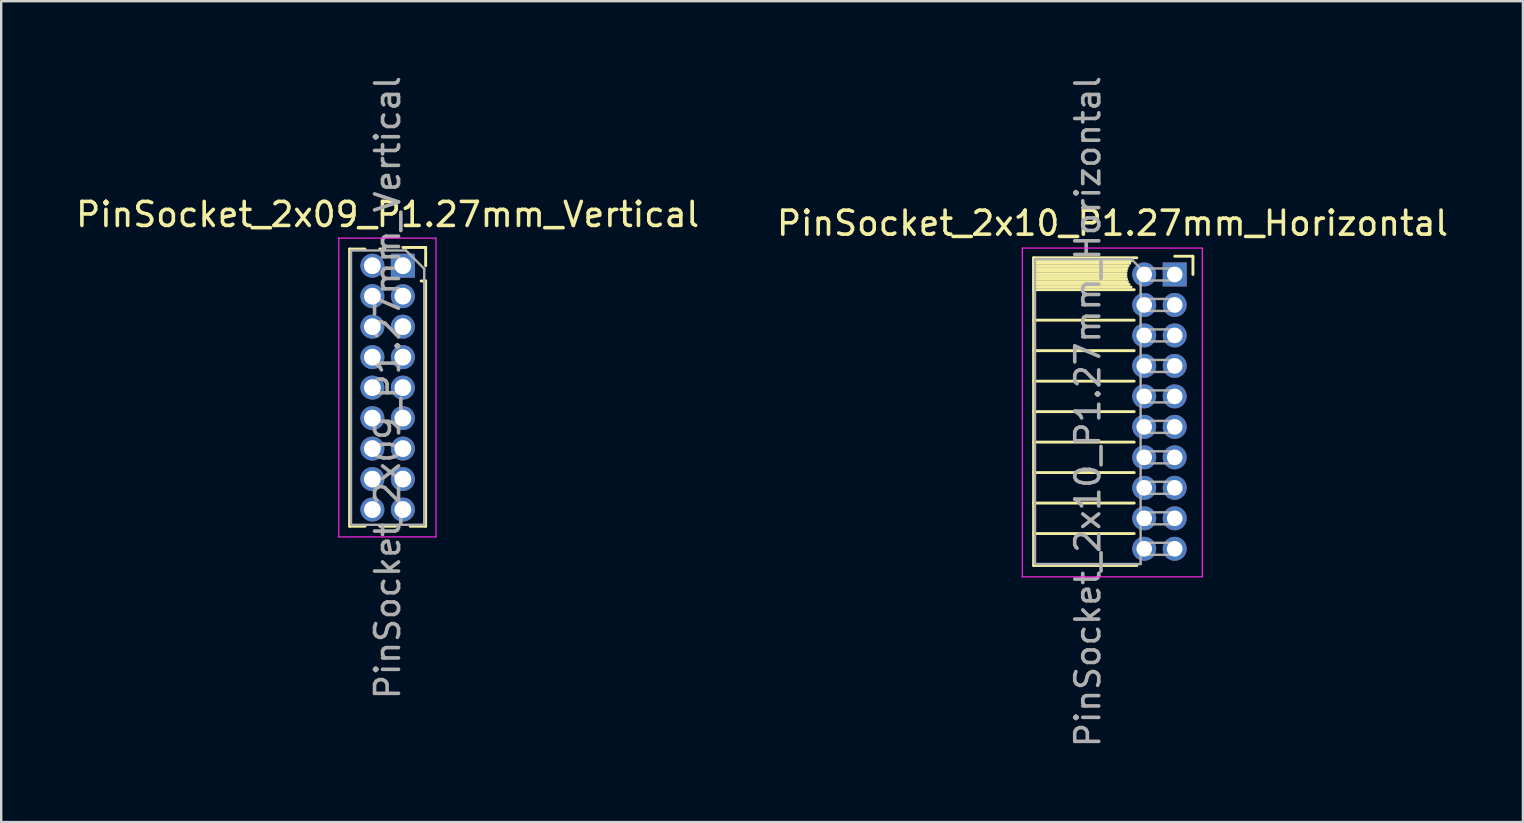
<source format=kicad_pcb>
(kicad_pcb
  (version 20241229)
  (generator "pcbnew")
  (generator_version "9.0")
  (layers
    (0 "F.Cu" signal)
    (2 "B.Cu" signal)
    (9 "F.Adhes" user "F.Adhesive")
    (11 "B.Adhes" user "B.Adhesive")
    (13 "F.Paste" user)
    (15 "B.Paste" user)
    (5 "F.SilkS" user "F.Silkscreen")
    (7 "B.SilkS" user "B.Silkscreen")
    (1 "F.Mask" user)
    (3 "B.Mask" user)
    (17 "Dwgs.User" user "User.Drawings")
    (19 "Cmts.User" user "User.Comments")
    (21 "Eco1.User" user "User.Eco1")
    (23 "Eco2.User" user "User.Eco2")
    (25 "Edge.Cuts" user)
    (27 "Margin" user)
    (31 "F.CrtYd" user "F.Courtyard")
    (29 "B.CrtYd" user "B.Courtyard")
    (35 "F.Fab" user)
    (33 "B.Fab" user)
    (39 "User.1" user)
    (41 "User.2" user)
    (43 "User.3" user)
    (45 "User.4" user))
  (footprint "PinSocket_2x10_P1.27mm_Horizontal"
    (layer "F.Cu")
    (at 45.896 8.386)
    (property "Reference" "PinSocket_2x10_P1.27mm_Horizontal" (at -2.592 -2.135 0) (layer "F.SilkS") (effects (font (size 1 1) (thickness 0.15))))
    (attr through_hole)
    (fp_line (start -5.88 -0.695) (end -5.88 12.125) (stroke (width 0.12) (type solid)) (layer "F.SilkS"))
    (fp_line (start -5.88 -0.695) (end -1.578 -0.695) (stroke (width 0.12) (type solid)) (layer "F.SilkS"))
    (fp_line (start -5.88 -0.575) (end -1.767 -0.575) (stroke (width 0.12) (type solid)) (layer "F.SilkS"))
    (fp_line (start -5.88 -0.465) (end -1.871 -0.465) (stroke (width 0.12) (type solid)) (layer "F.SilkS"))
    (fp_line (start -5.88 -0.355) (end -1.942 -0.355) (stroke (width 0.12) (type solid)) (layer "F.SilkS"))
    (fp_line (start -5.88 -0.245) (end -1.989 -0.245) (stroke (width 0.12) (type solid)) (layer "F.SilkS"))
    (fp_line (start -5.88 -0.135) (end -2.018 -0.135) (stroke (width 0.12) (type solid)) (layer "F.SilkS"))
    (fp_line (start -5.88 -0.025) (end -2.03 -0.025) (stroke (width 0.12) (type solid)) (layer "F.SilkS"))
    (fp_line (start -5.88 0.085) (end -2.025 0.085) (stroke (width 0.12) (type solid)) (layer "F.SilkS"))
    (fp_line (start -5.88 0.195) (end -2.005 0.195) (stroke (width 0.12) (type solid)) (layer "F.SilkS"))
    (fp_line (start -5.88 0.305) (end -1.966 0.305) (stroke (width 0.12) (type solid)) (layer "F.SilkS"))
    (fp_line (start -5.88 0.415) (end -1.907 0.415) (stroke (width 0.12) (type solid)) (layer "F.SilkS"))
    (fp_line (start -5.88 0.525) (end -1.82 0.525) (stroke (width 0.12) (type solid)) (layer "F.SilkS"))
    (fp_line (start -5.88 0.635) (end -1.688 0.635) (stroke (width 0.12) (type solid)) (layer "F.SilkS"))
    (fp_line (start -5.88 1.905) (end -1.688 1.905) (stroke (width 0.12) (type solid)) (layer "F.SilkS"))
    (fp_line (start -5.88 3.175) (end -1.688 3.175) (stroke (width 0.12) (type solid)) (layer "F.SilkS"))
    (fp_line (start -5.88 4.445) (end -1.688 4.445) (stroke (width 0.12) (type solid)) (layer "F.SilkS"))
    (fp_line (start -5.88 5.715) (end -1.688 5.715) (stroke (width 0.12) (type solid)) (layer "F.SilkS"))
    (fp_line (start -5.88 6.985) (end -1.688 6.985) (stroke (width 0.12) (type solid)) (layer "F.SilkS"))
    (fp_line (start -5.88 8.255) (end -1.688 8.255) (stroke (width 0.12) (type solid)) (layer "F.SilkS"))
    (fp_line (start -5.88 9.525) (end -1.688 9.525) (stroke (width 0.12) (type solid)) (layer "F.SilkS"))
    (fp_line (start -5.88 10.795) (end -1.688 10.795) (stroke (width 0.12) (type solid)) (layer "F.SilkS"))
    (fp_line (start -5.88 12.125) (end -1.578 12.125) (stroke (width 0.12) (type solid)) (layer "F.SilkS"))
    (fp_line (start 0 -0.76) (end 0.76 -0.76) (stroke (width 0.12) (type solid)) (layer "F.SilkS"))
    (fp_line (start 0.76 -0.76) (end 0.76 0) (stroke (width 0.12) (type solid)) (layer "F.SilkS"))
    (fp_line (start -6.35 -1.1) (end -6.35 12.6) (stroke (width 0.05) (type solid)) (layer "F.CrtYd"))
    (fp_line (start -6.35 12.6) (end 1.15 12.6) (stroke (width 0.05) (type solid)) (layer "F.CrtYd"))
    (fp_line (start 1.15 -1.1) (end -6.35 -1.1) (stroke (width 0.05) (type solid)) (layer "F.CrtYd"))
    (fp_line (start 1.15 12.6) (end 1.15 -1.1) (stroke (width 0.05) (type solid)) (layer "F.CrtYd"))
    (fp_line (start -5.82 -0.635) (end -1.805 -0.635) (stroke (width 0.1) (type solid)) (layer "F.Fab"))
    (fp_line (start -5.82 12.065) (end -5.82 -0.635) (stroke (width 0.1) (type solid)) (layer "F.Fab"))
    (fp_line (start -1.805 -0.635) (end -1.42 -0.25) (stroke (width 0.1) (type solid)) (layer "F.Fab"))
    (fp_line (start -1.42 -0.25) (end -1.42 12.065) (stroke (width 0.1) (type solid)) (layer "F.Fab"))
    (fp_line (start -1.42 0.25) (end 0 0.25) (stroke (width 0.1) (type solid)) (layer "F.Fab"))
    (fp_line (start -1.42 1.52) (end 0 1.52) (stroke (width 0.1) (type solid)) (layer "F.Fab"))
    (fp_line (start -1.42 2.79) (end 0 2.79) (stroke (width 0.1) (type solid)) (layer "F.Fab"))
    (fp_line (start -1.42 4.06) (end 0 4.06) (stroke (width 0.1) (type solid)) (layer "F.Fab"))
    (fp_line (start -1.42 5.33) (end 0 5.33) (stroke (width 0.1) (type solid)) (layer "F.Fab"))
    (fp_line (start -1.42 6.6) (end 0 6.6) (stroke (width 0.1) (type solid)) (layer "F.Fab"))
    (fp_line (start -1.42 7.87) (end 0 7.87) (stroke (width 0.1) (type solid)) (layer "F.Fab"))
    (fp_line (start -1.42 9.14) (end 0 9.14) (stroke (width 0.1) (type solid)) (layer "F.Fab"))
    (fp_line (start -1.42 10.41) (end 0 10.41) (stroke (width 0.1) (type solid)) (layer "F.Fab"))
    (fp_line (start -1.42 11.68) (end 0 11.68) (stroke (width 0.1) (type solid)) (layer "F.Fab"))
    (fp_line (start -1.42 12.065) (end -5.82 12.065) (stroke (width 0.1) (type solid)) (layer "F.Fab"))
    (fp_line (start 0 -0.25) (end -1.42 -0.25) (stroke (width 0.1) (type solid)) (layer "F.Fab"))
    (fp_line (start 0 0.25) (end 0 -0.25) (stroke (width 0.1) (type solid)) (layer "F.Fab"))
    (fp_line (start 0 1.02) (end -1.42 1.02) (stroke (width 0.1) (type solid)) (layer "F.Fab"))
    (fp_line (start 0 1.52) (end 0 1.02) (stroke (width 0.1) (type solid)) (layer "F.Fab"))
    (fp_line (start 0 2.29) (end -1.42 2.29) (stroke (width 0.1) (type solid)) (layer "F.Fab"))
    (fp_line (start 0 2.79) (end 0 2.29) (stroke (width 0.1) (type solid)) (layer "F.Fab"))
    (fp_line (start 0 3.56) (end -1.42 3.56) (stroke (width 0.1) (type solid)) (layer "F.Fab"))
    (fp_line (start 0 4.06) (end 0 3.56) (stroke (width 0.1) (type solid)) (layer "F.Fab"))
    (fp_line (start 0 4.83) (end -1.42 4.83) (stroke (width 0.1) (type solid)) (layer "F.Fab"))
    (fp_line (start 0 5.33) (end 0 4.83) (stroke (width 0.1) (type solid)) (layer "F.Fab"))
    (fp_line (start 0 6.1) (end -1.42 6.1) (stroke (width 0.1) (type solid)) (layer "F.Fab"))
    (fp_line (start 0 6.6) (end 0 6.1) (stroke (width 0.1) (type solid)) (layer "F.Fab"))
    (fp_line (start 0 7.37) (end -1.42 7.37) (stroke (width 0.1) (type solid)) (layer "F.Fab"))
    (fp_line (start 0 7.87) (end 0 7.37) (stroke (width 0.1) (type solid)) (layer "F.Fab"))
    (fp_line (start 0 8.64) (end -1.42 8.64) (stroke (width 0.1) (type solid)) (layer "F.Fab"))
    (fp_line (start 0 9.14) (end 0 8.64) (stroke (width 0.1) (type solid)) (layer "F.Fab"))
    (fp_line (start 0 9.91) (end -1.42 9.91) (stroke (width 0.1) (type solid)) (layer "F.Fab"))
    (fp_line (start 0 10.41) (end 0 9.91) (stroke (width 0.1) (type solid)) (layer "F.Fab"))
    (fp_line (start 0 11.18) (end -1.42 11.18) (stroke (width 0.1) (type solid)) (layer "F.Fab"))
    (fp_line (start 0 11.68) (end 0 11.18) (stroke (width 0.1) (type solid)) (layer "F.Fab"))
    (fp_text user "${REFERENCE}" (at -3.62 5.715 90) (layer "F.Fab") (effects (font (size 1 1) (thickness 0.15))))
    (pad "1" thru_hole rect (at 0 0) (size 1 1) (drill 0.65) (layers "*.Cu" "*.Mask"))
    (pad "2" thru_hole circle (at -1.27 0) (size 1 1) (drill 0.65) (layers "*.Cu" "*.Mask"))
    (pad "3" thru_hole circle (at 0 1.27) (size 1 1) (drill 0.65) (layers "*.Cu" "*.Mask"))
    (pad "4" thru_hole circle (at -1.27 1.27) (size 1 1) (drill 0.65) (layers "*.Cu" "*.Mask"))
    (pad "5" thru_hole circle (at 0 2.54) (size 1 1) (drill 0.65) (layers "*.Cu" "*.Mask"))
    (pad "6" thru_hole circle (at -1.27 2.54) (size 1 1) (drill 0.65) (layers "*.Cu" "*.Mask"))
    (pad "7" thru_hole circle (at 0 3.81) (size 1 1) (drill 0.65) (layers "*.Cu" "*.Mask"))
    (pad "8" thru_hole circle (at -1.27 3.81) (size 1 1) (drill 0.65) (layers "*.Cu" "*.Mask"))
    (pad "9" thru_hole circle (at 0 5.08) (size 1 1) (drill 0.65) (layers "*.Cu" "*.Mask"))
    (pad "10" thru_hole circle (at -1.27 5.08) (size 1 1) (drill 0.65) (layers "*.Cu" "*.Mask"))
    (pad "11" thru_hole circle (at 0 6.35) (size 1 1) (drill 0.65) (layers "*.Cu" "*.Mask"))
    (pad "12" thru_hole circle (at -1.27 6.35) (size 1 1) (drill 0.65) (layers "*.Cu" "*.Mask"))
    (pad "13" thru_hole circle (at 0 7.62) (size 1 1) (drill 0.65) (layers "*.Cu" "*.Mask"))
    (pad "14" thru_hole circle (at -1.27 7.62) (size 1 1) (drill 0.65) (layers "*.Cu" "*.Mask"))
    (pad "15" thru_hole circle (at 0 8.89) (size 1 1) (drill 0.65) (layers "*.Cu" "*.Mask"))
    (pad "16" thru_hole circle (at -1.27 8.89) (size 1 1) (drill 0.65) (layers "*.Cu" "*.Mask"))
    (pad "17" thru_hole circle (at 0 10.16) (size 1 1) (drill 0.65) (layers "*.Cu" "*.Mask"))
    (pad "18" thru_hole circle (at -1.27 10.16) (size 1 1) (drill 0.65) (layers "*.Cu" "*.Mask"))
    (pad "19" thru_hole circle (at 0 11.43) (size 1 1) (drill 0.65) (layers "*.Cu" "*.Mask"))
    (pad "20" thru_hole circle (at -1.27 11.43) (size 1 1) (drill 0.65) (layers "*.Cu" "*.Mask")))
  (footprint "PinSocket_2x09_P1.27mm_Vertical"
    (layer "F.Cu")
    (at 13.736 8.021)
    (property "Reference" "PinSocket_2x09_P1.27mm_Vertical" (at -0.635 -2.135 0) (layer "F.SilkS") (effects (font (size 1 1) (thickness 0.15))))
    (attr through_hole)
    (fp_line (start -2.22 -0.695) (end -2.22 10.855) (stroke (width 0.12) (type solid)) (layer "F.SilkS"))
    (fp_line (start -2.22 -0.695) (end -1.578 -0.695) (stroke (width 0.12) (type solid)) (layer "F.SilkS"))
    (fp_line (start -2.22 10.855) (end -1.578 10.855) (stroke (width 0.12) (type solid)) (layer "F.SilkS"))
    (fp_line (start -0.962 -0.695) (end -0.76 -0.695) (stroke (width 0.12) (type solid)) (layer "F.SilkS"))
    (fp_line (start -0.962 10.855) (end -0.308 10.855) (stroke (width 0.12) (type solid)) (layer "F.SilkS"))
    (fp_line (start 0 -0.76) (end 0.95 -0.76) (stroke (width 0.12) (type solid)) (layer "F.SilkS"))
    (fp_line (start 0.308 10.855) (end 0.95 10.855) (stroke (width 0.12) (type solid)) (layer "F.SilkS"))
    (fp_line (start 0.76 0.635) (end 0.95 0.635) (stroke (width 0.12) (type solid)) (layer "F.SilkS"))
    (fp_line (start 0.95 -0.76) (end 0.95 0) (stroke (width 0.12) (type solid)) (layer "F.SilkS"))
    (fp_line (start 0.95 0.635) (end 0.95 10.855) (stroke (width 0.12) (type solid)) (layer "F.SilkS"))
    (fp_line (start -2.67 -1.15) (end 1.38 -1.15) (stroke (width 0.05) (type solid)) (layer "F.CrtYd"))
    (fp_line (start -2.67 11.3) (end -2.67 -1.15) (stroke (width 0.05) (type solid)) (layer "F.CrtYd"))
    (fp_line (start 1.38 -1.15) (end 1.38 11.3) (stroke (width 0.05) (type solid)) (layer "F.CrtYd"))
    (fp_line (start 1.38 11.3) (end -2.67 11.3) (stroke (width 0.05) (type solid)) (layer "F.CrtYd"))
    (fp_line (start -2.16 -0.635) (end 0.128 -0.635) (stroke (width 0.1) (type solid)) (layer "F.Fab"))
    (fp_line (start -2.16 10.795) (end -2.16 -0.635) (stroke (width 0.1) (type solid)) (layer "F.Fab"))
    (fp_line (start 0.128 -0.635) (end 0.89 0.128) (stroke (width 0.1) (type solid)) (layer "F.Fab"))
    (fp_line (start 0.89 0.128) (end 0.89 10.795) (stroke (width 0.1) (type solid)) (layer "F.Fab"))
    (fp_line (start 0.89 10.795) (end -2.16 10.795) (stroke (width 0.1) (type solid)) (layer "F.Fab"))
    (fp_text user "${REFERENCE}" (at -0.635 5.08 90) (layer "F.Fab") (effects (font (size 1 1) (thickness 0.15))))
    (pad "1" thru_hole rect (at 0 0) (size 1 1) (drill 0.7) (layers "*.Cu" "*.Mask"))
    (pad "2" thru_hole circle (at -1.27 0) (size 1 1) (drill 0.7) (layers "*.Cu" "*.Mask"))
    (pad "3" thru_hole circle (at 0 1.27) (size 1 1) (drill 0.7) (layers "*.Cu" "*.Mask"))
    (pad "4" thru_hole circle (at -1.27 1.27) (size 1 1) (drill 0.7) (layers "*.Cu" "*.Mask"))
    (pad "5" thru_hole circle (at 0 2.54) (size 1 1) (drill 0.7) (layers "*.Cu" "*.Mask"))
    (pad "6" thru_hole circle (at -1.27 2.54) (size 1 1) (drill 0.7) (layers "*.Cu" "*.Mask"))
    (pad "7" thru_hole circle (at 0 3.81) (size 1 1) (drill 0.7) (layers "*.Cu" "*.Mask"))
    (pad "8" thru_hole circle (at -1.27 3.81) (size 1 1) (drill 0.7) (layers "*.Cu" "*.Mask"))
    (pad "9" thru_hole circle (at 0 5.08) (size 1 1) (drill 0.7) (layers "*.Cu" "*.Mask"))
    (pad "10" thru_hole circle (at -1.27 5.08) (size 1 1) (drill 0.7) (layers "*.Cu" "*.Mask"))
    (pad "11" thru_hole circle (at 0 6.35) (size 1 1) (drill 0.7) (layers "*.Cu" "*.Mask"))
    (pad "12" thru_hole circle (at -1.27 6.35) (size 1 1) (drill 0.7) (layers "*.Cu" "*.Mask"))
    (pad "13" thru_hole circle (at 0 7.62) (size 1 1) (drill 0.7) (layers "*.Cu" "*.Mask"))
    (pad "14" thru_hole circle (at -1.27 7.62) (size 1 1) (drill 0.7) (layers "*.Cu" "*.Mask"))
    (pad "15" thru_hole circle (at 0 8.89) (size 1 1) (drill 0.7) (layers "*.Cu" "*.Mask"))
    (pad "16" thru_hole circle (at -1.27 8.89) (size 1 1) (drill 0.7) (layers "*.Cu" "*.Mask"))
    (pad "17" thru_hole circle (at 0 10.16) (size 1 1) (drill 0.7) (layers "*.Cu" "*.Mask"))
    (pad "18" thru_hole circle (at -1.27 10.16) (size 1 1) (drill 0.7) (layers "*.Cu" "*.Mask")))
  (gr_rect
    (start -3 -3)
    (end 60.405 31.202)
    (stroke (width 0.1) (type default))
    (fill no)
    (layer "Edge.Cuts")))
</source>
